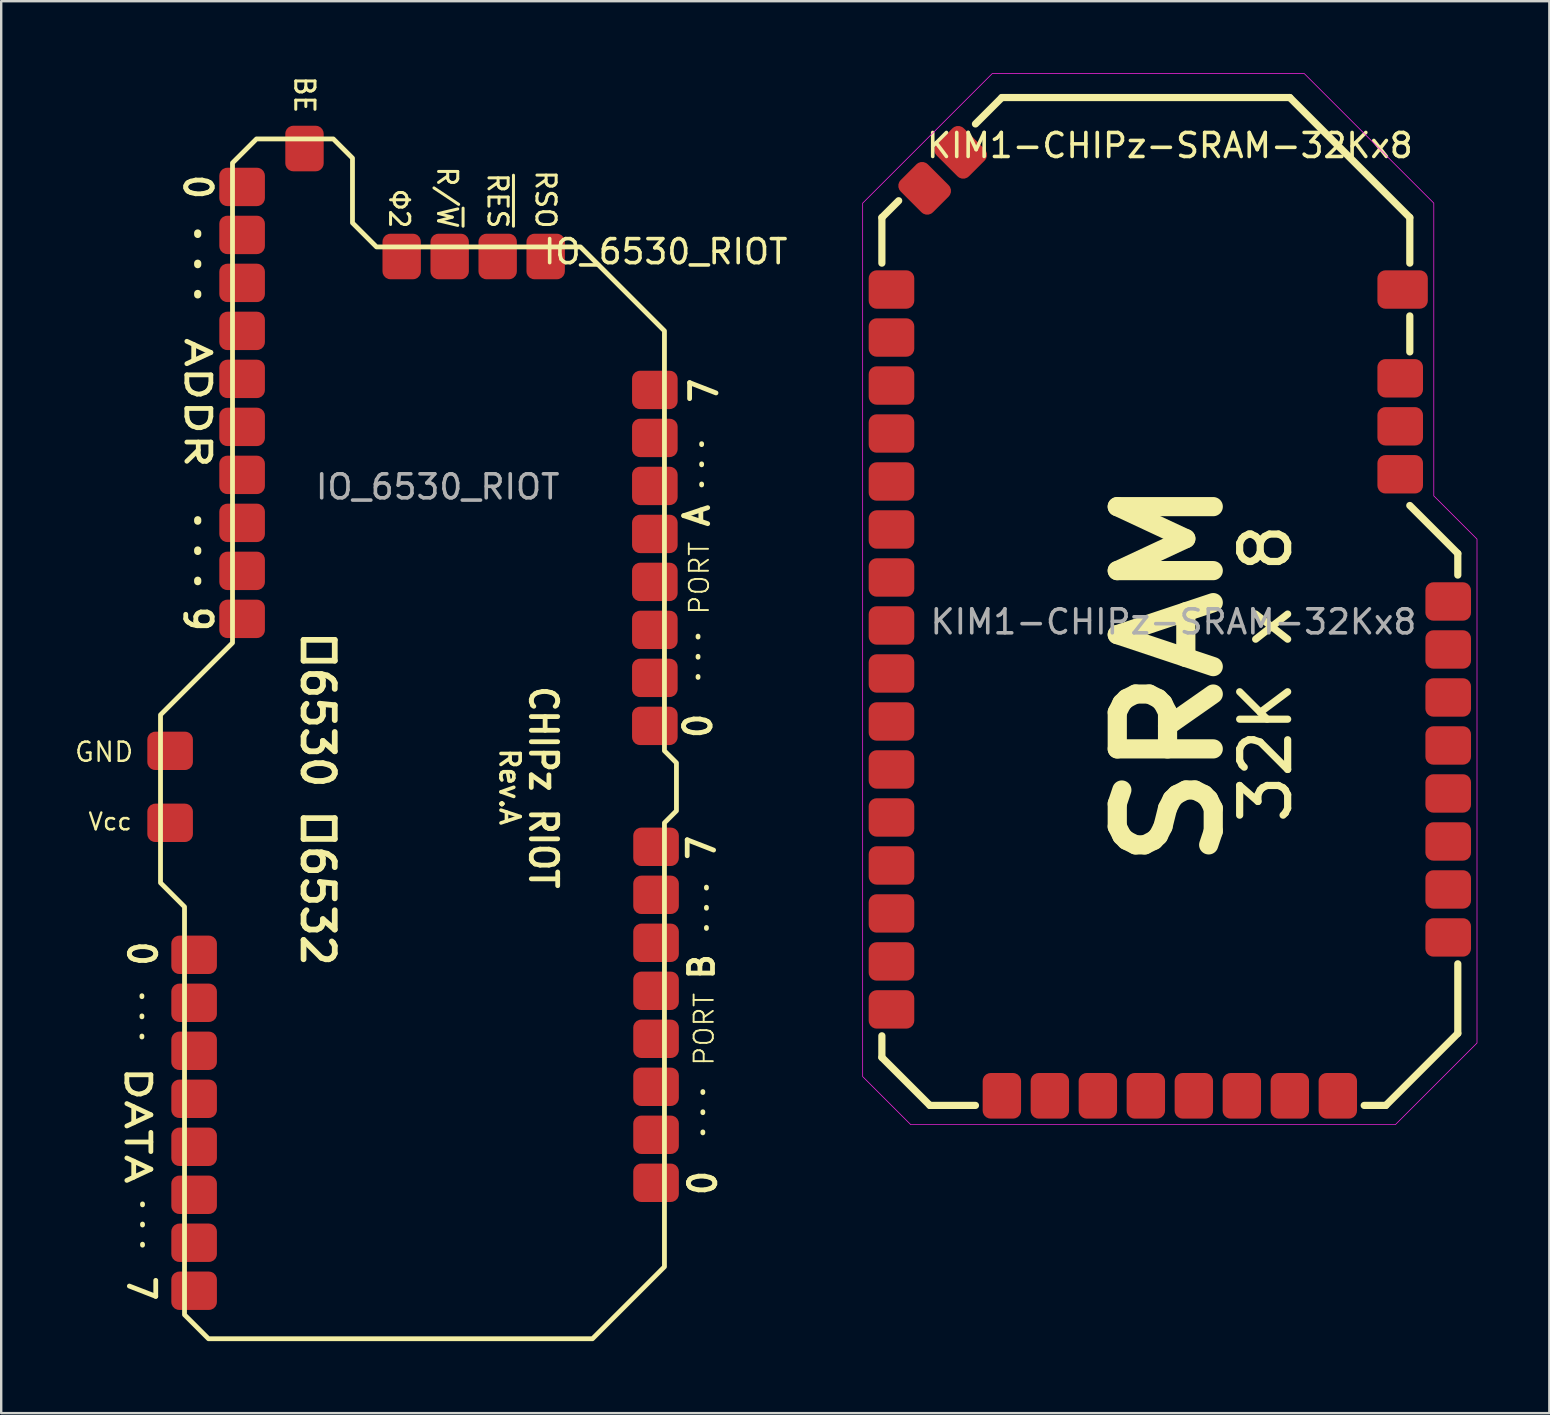
<source format=kicad_pcb>
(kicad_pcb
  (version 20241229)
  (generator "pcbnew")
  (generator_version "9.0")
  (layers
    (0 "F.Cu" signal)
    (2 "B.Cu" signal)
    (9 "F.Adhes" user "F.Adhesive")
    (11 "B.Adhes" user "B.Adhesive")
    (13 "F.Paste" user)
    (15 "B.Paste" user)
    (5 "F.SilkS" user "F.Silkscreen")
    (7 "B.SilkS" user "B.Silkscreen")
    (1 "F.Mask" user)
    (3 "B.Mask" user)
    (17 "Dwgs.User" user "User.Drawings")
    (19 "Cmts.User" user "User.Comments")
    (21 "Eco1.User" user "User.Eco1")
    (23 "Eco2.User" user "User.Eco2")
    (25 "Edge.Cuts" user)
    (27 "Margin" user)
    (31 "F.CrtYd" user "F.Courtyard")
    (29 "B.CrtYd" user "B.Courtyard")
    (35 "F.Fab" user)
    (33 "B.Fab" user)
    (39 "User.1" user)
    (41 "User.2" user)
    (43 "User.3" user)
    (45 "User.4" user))
  (footprint "KIM1-CHIPz-SRAM-32Kx8"
    (layer "F.Cu")
    (at 45.7 30.015)
    (property "Reference" "KIM1-CHIPz-SRAM-32Kx8" (at 0 -27 0) (unlocked yes) (layer "F.SilkS") (effects (font (size 1 1) (thickness 0.15))))
    (attr smd)
    (fp_line (start -12 -24) (end -11.3 -24.7) (stroke (width 0.3) (type default)) (layer "F.SilkS"))
    (fp_line (start -12 -22.1) (end -12 -24) (stroke (width 0.3) (type default)) (layer "F.SilkS"))
    (fp_line (start -12 11) (end -12 10.1) (stroke (width 0.3) (type default)) (layer "F.SilkS"))
    (fp_line (start -10 13) (end -12 11) (stroke (width 0.3) (type default)) (layer "F.SilkS"))
    (fp_line (start -8.1 -27.9) (end -7 -29) (stroke (width 0.3) (type default)) (layer "F.SilkS"))
    (fp_line (start -8.1 13) (end -10 13) (stroke (width 0.3) (type default)) (layer "F.SilkS"))
    (fp_line (start -7 -29) (end 5 -29) (stroke (width 0.3) (type default)) (layer "F.SilkS"))
    (fp_line (start 5 -29) (end 10 -24) (stroke (width 0.3) (type default)) (layer "F.SilkS"))
    (fp_line (start 9 13) (end 8.1 13) (stroke (width 0.3) (type default)) (layer "F.SilkS"))
    (fp_line (start 10 -24) (end 10 -22.1) (stroke (width 0.3) (type default)) (layer "F.SilkS"))
    (fp_line (start 10 -19.9) (end 10 -18.4) (stroke (width 0.3) (type default)) (layer "F.SilkS"))
    (fp_line (start 10 -12) (end 12 -10) (stroke (width 0.3) (type default)) (layer "F.SilkS"))
    (fp_line (start 12 -10) (end 12 -9.1) (stroke (width 0.3) (type default)) (layer "F.SilkS"))
    (fp_line (start 12 7.1) (end 12 10) (stroke (width 0.3) (type default)) (layer "F.SilkS"))
    (fp_line (start 12 10) (end 9 13) (stroke (width 0.3) (type default)) (layer "F.SilkS"))
    (fp_poly (pts (xy -10.8 13.8) (xy -12.8 11.8) (xy -12.8 -24.6) (xy -7.4 -30) (xy 5.6 -30) (xy 11 -24.6) (xy 11 -12.4) (xy 12.8 -10.6) (xy 12.8 10.4) (xy 9.4 13.8)) (stroke (width 0.03) (type solid)) (fill no) (layer "F.CrtYd"))
    (fp_text user "SRAM" (at 0 -5 90) (unlocked yes) (layer "F.SilkS") (effects (font (size 4 4) (thickness 0.8) (bold yes))))
    (fp_text user "32K x 8" (at 4 -5 90) (unlocked yes) (layer "F.SilkS") (effects (font (size 2 2) (thickness 0.3))))
    (fp_text user "${REFERENCE}" (at 0.15 -7.15 0) (unlocked yes) (layer "F.Fab") (effects (font (size 1 1) (thickness 0.15))))
    (pad "1" smd roundrect (at -12 -21) (size 1.9 1.6) (drill (offset 0.4 0)) (layers "F.Cu" "F.Mask" "F.Paste") (roundrect_rratio 0.208))
    (pad "2" smd roundrect (at -12 -19) (size 1.9 1.6) (drill (offset 0.4 0)) (layers "F.Cu" "F.Mask" "F.Paste") (roundrect_rratio 0.208))
    (pad "3" smd roundrect (at -12 -17) (size 1.9 1.6) (drill (offset 0.4 0)) (layers "F.Cu" "F.Mask" "F.Paste") (roundrect_rratio 0.208))
    (pad "4" smd roundrect (at -12 -15) (size 1.9 1.6) (drill (offset 0.4 0)) (layers "F.Cu" "F.Mask" "F.Paste") (roundrect_rratio 0.208))
    (pad "5" smd roundrect (at -12 -13) (size 1.9 1.6) (drill (offset 0.4 0)) (layers "F.Cu" "F.Mask" "F.Paste") (roundrect_rratio 0.208))
    (pad "6" smd roundrect (at -12 -11) (size 1.9 1.6) (drill (offset 0.4 0)) (layers "F.Cu" "F.Mask" "F.Paste") (roundrect_rratio 0.208))
    (pad "7" smd roundrect (at -12 -9) (size 1.9 1.6) (drill (offset 0.4 0)) (layers "F.Cu" "F.Mask" "F.Paste") (roundrect_rratio 0.208))
    (pad "8" smd roundrect (at -12 -7) (size 1.9 1.6) (drill (offset 0.4 0)) (layers "F.Cu" "F.Mask" "F.Paste") (roundrect_rratio 0.208))
    (pad "9" smd roundrect (at -12 -5) (size 1.9 1.6) (drill (offset 0.4 0)) (layers "F.Cu" "F.Mask" "F.Paste") (roundrect_rratio 0.208))
    (pad "10" smd roundrect (at -12 -3) (size 1.9 1.6) (drill (offset 0.4 0)) (layers "F.Cu" "F.Mask" "F.Paste") (roundrect_rratio 0.208))
    (pad "11" smd roundrect (at -12 -1) (size 1.9 1.6) (drill (offset 0.4 0)) (layers "F.Cu" "F.Mask" "F.Paste") (roundrect_rratio 0.208))
    (pad "12" smd roundrect (at -12 1) (size 1.9 1.6) (drill (offset 0.4 0)) (layers "F.Cu" "F.Mask" "F.Paste") (roundrect_rratio 0.208))
    (pad "13" smd roundrect (at -12 3) (size 1.9 1.6) (drill (offset 0.4 0)) (layers "F.Cu" "F.Mask" "F.Paste") (roundrect_rratio 0.208))
    (pad "14" smd roundrect (at -12 5) (size 1.9 1.6) (drill (offset 0.4 0)) (layers "F.Cu" "F.Mask" "F.Paste") (roundrect_rratio 0.208))
    (pad "15" smd roundrect (at -12 7) (size 1.9 1.6) (drill (offset 0.4 0)) (layers "F.Cu" "F.Mask" "F.Paste") (roundrect_rratio 0.208))
    (pad "16" smd roundrect (at -12 9) (size 1.9 1.6) (drill (offset 0.4 0)) (layers "F.Cu" "F.Mask" "F.Paste") (roundrect_rratio 0.208))
    (pad "17" smd roundrect (at -7 13 90) (size 1.9 1.6) (drill (offset 0.4 0)) (layers "F.Cu" "F.Mask" "F.Paste") (roundrect_rratio 0.208))
    (pad "18" smd roundrect (at -5 13 90) (size 1.9 1.6) (drill (offset 0.4 0)) (layers "F.Cu" "F.Mask" "F.Paste") (roundrect_rratio 0.208))
    (pad "19" smd roundrect (at -3 13 90) (size 1.9 1.6) (drill (offset 0.4 0)) (layers "F.Cu" "F.Mask" "F.Paste") (roundrect_rratio 0.208))
    (pad "20" smd roundrect (at -1 13 90) (size 1.9 1.6) (drill (offset 0.4 0)) (layers "F.Cu" "F.Mask" "F.Paste") (roundrect_rratio 0.208))
    (pad "21" smd roundrect (at 1 13 90) (size 1.9 1.6) (drill (offset 0.4 0)) (layers "F.Cu" "F.Mask" "F.Paste") (roundrect_rratio 0.208))
    (pad "22" smd roundrect (at 3 13 90) (size 1.9 1.6) (drill (offset 0.4 0)) (layers "F.Cu" "F.Mask" "F.Paste") (roundrect_rratio 0.208))
    (pad "23" smd roundrect (at 5 13 90) (size 1.9 1.6) (drill (offset 0.4 0)) (layers "F.Cu" "F.Mask" "F.Paste") (roundrect_rratio 0.208))
    (pad "24" smd roundrect (at 7 13 90) (size 1.9 1.6) (drill (offset 0.4 0)) (layers "F.Cu" "F.Mask" "F.Paste") (roundrect_rratio 0.208))
    (pad "25" smd roundrect (at 12 6 180) (size 1.9 1.6) (drill (offset 0.4 0)) (layers "F.Cu" "F.Mask" "F.Paste") (roundrect_rratio 0.208))
    (pad "26" smd roundrect (at 12 4 180) (size 1.9 1.6) (drill (offset 0.4 0)) (layers "F.Cu" "F.Mask" "F.Paste") (roundrect_rratio 0.208))
    (pad "27" smd roundrect (at 12 2 180) (size 1.9 1.6) (drill (offset 0.4 0)) (layers "F.Cu" "F.Mask" "F.Paste") (roundrect_rratio 0.208))
    (pad "28" smd roundrect (at 12 0 180) (size 1.9 1.6) (drill (offset 0.4 0)) (layers "F.Cu" "F.Mask" "F.Paste") (roundrect_rratio 0.208))
    (pad "29" smd roundrect (at 12 -2 180) (size 1.9 1.6) (drill (offset 0.4 0)) (layers "F.Cu" "F.Mask" "F.Paste") (roundrect_rratio 0.208))
    (pad "30" smd roundrect (at 12 -4 180) (size 1.9 1.6) (drill (offset 0.4 0)) (layers "F.Cu" "F.Mask" "F.Paste") (roundrect_rratio 0.208))
    (pad "31" smd roundrect (at 12 -6 180) (size 1.9 1.6) (drill (offset 0.4 0)) (layers "F.Cu" "F.Mask" "F.Paste") (roundrect_rratio 0.208))
    (pad "32" smd roundrect (at 12 -8 180) (size 1.9 1.6) (drill (offset 0.4 0)) (layers "F.Cu" "F.Mask" "F.Paste") (roundrect_rratio 0.208))
    (pad "33" smd roundrect (at 10 -13.3 180) (size 1.9 1.6) (drill (offset 0.4 0)) (layers "F.Cu" "F.Mask" "F.Paste") (roundrect_rratio 0.208))
    (pad "34" smd roundrect (at 10 -15.3 180) (size 1.9 1.6) (drill (offset 0.4 0)) (layers "F.Cu" "F.Mask" "F.Paste") (roundrect_rratio 0.208))
    (pad "35" smd roundrect (at 10 -17.3 180) (size 1.9 1.6) (drill (offset 0.4 0)) (layers "F.Cu" "F.Mask" "F.Paste") (roundrect_rratio 0.208))
    (pad "36" smd roundrect (at 10 -21) (size 2.1 1.6) (drill (offset -0.3 0)) (layers "F.Cu" "F.Mask" "F.Paste") (roundrect_rratio 0.208))
    (pad "37" smd roundrect (at -9 -27 315) (size 1.9 1.6) (drill (offset 0.4 0)) (layers "F.Cu" "F.Mask" "F.Paste") (roundrect_rratio 0.208))
    (pad "38" smd roundrect (at -10.5 -25.5 315) (size 1.9 1.6) (drill (offset 0.4 0)) (layers "F.Cu" "F.Mask" "F.Paste") (roundrect_rratio 0.208)))
  (footprint "IO_6530_RIOT"
    (layer "F.Cu")
    (at 14.189 29.739)
    (property "Reference" "IO_6530_RIOT" (at 10.5 -22.3 0) (unlocked yes) (layer "F.SilkS") (effects (font (size 1 1) (thickness 0.15))))
    (attr smd)
    (fp_line (start -11.325 10.425) (end -11.325 8.025) (stroke (width 0.2) (type dot)) (layer "F.SilkS"))
    (fp_line (start -11.3 19.1) (end -11.3 17.3) (stroke (width 0.2) (type dot)) (layer "F.SilkS"))
    (fp_line (start -9 -20.5) (end -9 -23.5) (stroke (width 0.3) (type dot)) (layer "F.SilkS"))
    (fp_line (start -9 -8.55) (end -9 -11.45) (stroke (width 0.3) (type dot)) (layer "F.SilkS"))
    (fp_line (start 11.85 -6.28) (end 11.85 -3.88) (stroke (width 0.2) (type dot)) (layer "F.SilkS"))
    (fp_line (start 12 -14.3) (end 12 -12.5) (stroke (width 0.2) (type dot)) (layer "F.SilkS"))
    (fp_line (start 12.05 12.7) (end 12.05 15.1) (stroke (width 0.2) (type dot)) (layer "F.SilkS"))
    (fp_line (start 12.2 4.18) (end 12.2 5.98) (stroke (width 0.2) (type dot)) (layer "F.SilkS"))
    (fp_poly (pts (xy -7.55 -26) (xy -7.55 -6) (xy -10.55 -3) (xy -10.55 4) (xy -9.55 5) (xy -9.55 22) (xy -8.55 23) (xy 7.45 23) (xy 10.45 20) (xy 10.45 1.5) (xy 10.95 1) (xy 10.95 -1) (xy 10.45 -1.5) (xy 10.45 -19) (xy 6.95 -22.5) (xy -1.55 -22.5) (xy -2.55 -23.5) (xy -2.55 -26.2) (xy -3.35 -27) (xy -6.55 -27)) (stroke (width 0.2) (type solid)) (fill no) (layer "F.SilkS"))
    (fp_text user "GND" (at -12.9 -1.45 0) (unlocked yes) (layer "F.SilkS") (effects (font (size 0.8 0.8) (thickness 0.1))))
    (fp_text user "PORT" (at 12.1 10.1 90) (unlocked yes) (layer "F.SilkS") (effects (font (size 0.8 0.8) (thickness 0.08))))
    (fp_text user "0" (at -11.35 6.95 270) (unlocked yes) (layer "F.SilkS") (effects (font (size 1.1 1) (thickness 0.2) (bold yes))))
    (fp_text user "7" (at -11.35 20.9 270) (unlocked yes) (layer "F.SilkS") (effects (font (size 1.1 1) (thickness 0.2) (bold yes))))
    (fp_text user "7" (at 12 2.54 90) (unlocked yes) (layer "F.SilkS") (effects (font (size 1.1 1) (thickness 0.2) (bold yes))))
    (fp_text user "Φ2" (at -0.6 -23.2 270) (unlocked yes) (layer "F.SilkS") (effects (font (size 0.8 0.8) (thickness 0.125)) (justify right)))
    (fp_text user "9" (at -9 -7 270) (unlocked yes) (layer "F.SilkS") (effects (font (size 1.1 1) (thickness 0.2) (bold yes))))
    (fp_text user "0" (at -9 -25 270) (unlocked yes) (layer "F.SilkS") (effects (font (size 1.1 1) (thickness 0.2) (bold yes))))
    (fp_text user "Vcc" (at -12.65 1.45 0) (unlocked yes) (layer "F.SilkS") (effects (font (size 0.7 0.7) (thickness 0.1))))
    (fp_text user "RSO" (at 5.5 -23.2 270) (unlocked yes) (layer "F.SilkS") (effects (font (size 0.8 0.8) (thickness 0.125)) (justify right)))
    (fp_text user "0" (at 12.05 16.51 90) (unlocked yes) (layer "F.SilkS") (effects (font (size 1.1 1) (thickness 0.2) (bold yes))))
    (fp_text user "R/~{W}" (at 1.4 -23.2 270) (unlocked yes) (layer "F.SilkS") (effects (font (size 0.8 0.8) (thickness 0.125)) (justify right)))
    (fp_text user "CHIPz RIOT" (at 5.4 0.025 270) (unlocked yes) (layer "F.SilkS") (effects (font (size 1.1 1) (thickness 0.2))))
    (fp_text user "DATA" (at -11.5 14.1 270) (unlocked yes) (layer "F.SilkS") (effects (font (size 1 1.4) (thickness 0.2))))
    (fp_text user "Rev.A" (at 4 0 270) (unlocked yes) (layer "F.SilkS") (effects (font (size 0.8 0.8) (thickness 0.15) (bold yes))))
    (fp_text user "B" (at 12 7.5 90) (unlocked yes) (layer "F.SilkS") (effects (font (size 1 1) (thickness 0.2) (bold yes))))
    (fp_text user "PORT" (at 11.9 -8.7 90) (unlocked yes) (layer "F.SilkS") (effects (font (size 0.8 0.8) (thickness 0.08))))
    (fp_text user "☐6530 ☐6532" (at -4 0.5 270) (unlocked yes) (layer "F.SilkS") (effects (font (size 1.3 1.3) (thickness 0.24) (bold yes))))
    (fp_text user "ADDR" (at -9 -16 270) (unlocked yes) (layer "F.SilkS") (effects (font (size 1 1.4) (thickness 0.2))))
    (fp_text user "BE" (at -4.55 -28 270) (unlocked yes) (layer "F.SilkS") (effects (font (size 0.8 0.8) (thickness 0.125)) (justify right)))
    (fp_text user "~{RES}" (at 3.5 -23.2 270) (unlocked yes) (layer "F.SilkS") (effects (font (size 0.8 0.8) (thickness 0.125)) (justify right)))
    (fp_text user "A" (at 11.8 -11.3 90) (unlocked yes) (layer "F.SilkS") (effects (font (size 1 1) (thickness 0.2) (bold yes))))
    (fp_text user "0" (at 11.85 -2.54 90) (unlocked yes) (layer "F.SilkS") (effects (font (size 1.1 1) (thickness 0.2) (bold yes))))
    (fp_text user "7" (at 12.1 -16.51 90) (unlocked yes) (layer "F.SilkS") (effects (font (size 1.1 1) (thickness 0.2) (bold yes))))
    (fp_text user "${REFERENCE}" (at 1 -12.5 0) (unlocked yes) (layer "F.Fab") (effects (font (size 1 1) (thickness 0.15))))
    (pad "1" smd roundrect (at 5.5 -22.5 90) (size 1.9 1.6) (drill (offset -0.4 0)) (layers "F.Cu" "F.Mask" "F.Paste") (roundrect_rratio 0.208))
    (pad "2" smd roundrect (at 3.5 -22.5 90) (size 1.9 1.6) (drill (offset -0.4 0)) (layers "F.Cu" "F.Mask" "F.Paste") (roundrect_rratio 0.208))
    (pad "3" smd roundrect (at 1.5 -22.5 90) (size 1.9 1.6) (drill (offset -0.4 0)) (layers "F.Cu" "F.Mask" "F.Paste") (roundrect_rratio 0.208))
    (pad "4" smd roundrect (at -0.5 -22.5 90) (size 1.9 1.6) (drill (offset -0.4 0)) (layers "F.Cu" "F.Mask" "F.Paste") (roundrect_rratio 0.208))
    (pad "5" smd roundrect (at -4.55 -27 90) (size 1.9 1.6) (drill (offset -0.4 0)) (layers "F.Cu" "F.Mask" "F.Paste") (roundrect_rratio 0.208))
    (pad "6" smd roundrect (at -7.55 -25) (size 1.9 1.6) (drill (offset 0.4 0)) (layers "F.Cu" "F.Mask" "F.Paste") (roundrect_rratio 0.208))
    (pad "7" smd roundrect (at -7.55 -23) (size 1.9 1.6) (drill (offset 0.4 0)) (layers "F.Cu" "F.Mask" "F.Paste") (roundrect_rratio 0.208))
    (pad "8" smd roundrect (at -7.55 -21) (size 1.9 1.6) (drill (offset 0.4 0)) (layers "F.Cu" "F.Mask" "F.Paste") (roundrect_rratio 0.208))
    (pad "9" smd roundrect (at -7.55 -19) (size 1.9 1.6) (drill (offset 0.4 0)) (layers "F.Cu" "F.Mask" "F.Paste") (roundrect_rratio 0.208))
    (pad "10" smd roundrect (at -7.55 -17) (size 1.9 1.6) (drill (offset 0.4 0)) (layers "F.Cu" "F.Mask" "F.Paste") (roundrect_rratio 0.208))
    (pad "11" smd roundrect (at -7.55 -15) (size 1.9 1.6) (drill (offset 0.4 0)) (layers "F.Cu" "F.Mask" "F.Paste") (roundrect_rratio 0.208))
    (pad "12" smd roundrect (at -7.55 -13) (size 1.9 1.6) (drill (offset 0.4 0)) (layers "F.Cu" "F.Mask" "F.Paste") (roundrect_rratio 0.208))
    (pad "13" smd roundrect (at -7.55 -11) (size 1.9 1.6) (drill (offset 0.4 0)) (layers "F.Cu" "F.Mask" "F.Paste") (roundrect_rratio 0.208))
    (pad "14" smd roundrect (at -7.55 -9) (size 1.9 1.6) (drill (offset 0.4 0)) (layers "F.Cu" "F.Mask" "F.Paste") (roundrect_rratio 0.208))
    (pad "15" smd roundrect (at -7.55 -7) (size 1.9 1.6) (drill (offset 0.4 0)) (layers "F.Cu" "F.Mask" "F.Paste") (roundrect_rratio 0.208))
    (pad "16" smd roundrect (at -9.55 7) (size 1.9 1.6) (drill (offset 0.4 0)) (layers "F.Cu" "F.Mask" "F.Paste") (roundrect_rratio 0.208))
    (pad "17" smd roundrect (at -9.55 9) (size 1.9 1.6) (drill (offset 0.4 0)) (layers "F.Cu" "F.Mask" "F.Paste") (roundrect_rratio 0.208))
    (pad "18" smd roundrect (at -9.55 11) (size 1.9 1.6) (drill (offset 0.4 0)) (layers "F.Cu" "F.Mask" "F.Paste") (roundrect_rratio 0.208))
    (pad "19" smd roundrect (at -9.55 13) (size 1.9 1.6) (drill (offset 0.4 0)) (layers "F.Cu" "F.Mask" "F.Paste") (roundrect_rratio 0.208))
    (pad "20" smd roundrect (at -9.55 15) (size 1.9 1.6) (drill (offset 0.4 0)) (layers "F.Cu" "F.Mask" "F.Paste") (roundrect_rratio 0.208))
    (pad "21" smd roundrect (at -9.55 17) (size 1.9 1.6) (drill (offset 0.4 0)) (layers "F.Cu" "F.Mask" "F.Paste") (roundrect_rratio 0.208))
    (pad "22" smd roundrect (at -9.55 19) (size 1.9 1.6) (drill (offset 0.4 0)) (layers "F.Cu" "F.Mask" "F.Paste") (roundrect_rratio 0.208))
    (pad "23" smd roundrect (at -9.55 21) (size 1.9 1.6) (drill (offset 0.4 0)) (layers "F.Cu" "F.Mask" "F.Paste") (roundrect_rratio 0.208))
    (pad "24" smd roundrect (at 10.5 16.5 180) (size 1.9 1.6) (drill (offset 0.4 0)) (layers "F.Cu" "F.Mask" "F.Paste") (roundrect_rratio 0.208))
    (pad "25" smd roundrect (at 10.5 14.5 180) (size 1.9 1.6) (drill (offset 0.4 0)) (layers "F.Cu" "F.Mask" "F.Paste") (roundrect_rratio 0.208))
    (pad "26" smd roundrect (at 10.5 12.5 180) (size 1.9 1.6) (drill (offset 0.4 0)) (layers "F.Cu" "F.Mask" "F.Paste") (roundrect_rratio 0.208))
    (pad "27" smd roundrect (at 10.5 10.5 180) (size 1.9 1.6) (drill (offset 0.4 0)) (layers "F.Cu" "F.Mask" "F.Paste") (roundrect_rratio 0.208))
    (pad "28" smd roundrect (at 10.5 8.5 180) (size 1.9 1.6) (drill (offset 0.4 0)) (layers "F.Cu" "F.Mask" "F.Paste") (roundrect_rratio 0.208))
    (pad "29" smd roundrect (at 10.5 6.5 180) (size 1.9 1.6) (drill (offset 0.4 0)) (layers "F.Cu" "F.Mask" "F.Paste") (roundrect_rratio 0.208))
    (pad "30" smd roundrect (at 10.5 4.5 180) (size 1.9 1.6) (drill (offset 0.4 0)) (layers "F.Cu" "F.Mask" "F.Paste") (roundrect_rratio 0.208))
    (pad "31" smd roundrect (at 10.5 2.5 180) (size 1.9 1.6) (drill (offset 0.4 0)) (layers "F.Cu" "F.Mask" "F.Paste") (roundrect_rratio 0.208))
    (pad "32" smd roundrect (at 10.45 -2.54 180) (size 1.9 1.6) (drill (offset 0.4 0)) (layers "F.Cu" "F.Mask" "F.Paste") (roundrect_rratio 0.208))
    (pad "33" smd roundrect (at 10.45 -4.54 180) (size 1.9 1.6) (drill (offset 0.4 0)) (layers "F.Cu" "F.Mask" "F.Paste") (roundrect_rratio 0.208))
    (pad "34" smd roundrect (at 10.45 -6.54 180) (size 1.9 1.6) (drill (offset 0.4 0)) (layers "F.Cu" "F.Mask" "F.Paste") (roundrect_rratio 0.208))
    (pad "35" smd roundrect (at 10.45 -8.54 180) (size 1.9 1.6) (drill (offset 0.4 0)) (layers "F.Cu" "F.Mask" "F.Paste") (roundrect_rratio 0.208))
    (pad "36" smd roundrect (at 10.45 -10.54 180) (size 1.9 1.6) (drill (offset 0.4 0)) (layers "F.Cu" "F.Mask" "F.Paste") (roundrect_rratio 0.208))
    (pad "37" smd roundrect (at 10.45 -12.54 180) (size 1.9 1.6) (drill (offset 0.4 0)) (layers "F.Cu" "F.Mask" "F.Paste") (roundrect_rratio 0.208))
    (pad "38" smd roundrect (at 10.45 -14.54 180) (size 1.9 1.6) (drill (offset 0.4 0)) (layers "F.Cu" "F.Mask" "F.Paste") (roundrect_rratio 0.208))
    (pad "39" smd roundrect (at 10.45 -16.54 180) (size 1.9 1.6) (drill (offset 0.4 0)) (layers "F.Cu" "F.Mask" "F.Paste") (roundrect_rratio 0.208))
    (pad "40" smd roundrect (at -10.55 -1.5 180) (size 1.9 1.6) (drill (offset -0.4 0)) (layers "F.Cu" "F.Mask" "F.Paste") (roundrect_rratio 0.208))
    (pad "41" smd roundrect (at -10.55 1.5 180) (size 1.9 1.6) (drill (offset -0.4 0)) (layers "F.Cu" "F.Mask" "F.Paste") (roundrect_rratio 0.208)))
  (gr_rect
    (start -3 -3)
    (end 61.515 55.839)
    (stroke (width 0.1) (type default))
    (fill no)
    (layer "Edge.Cuts")))
</source>
